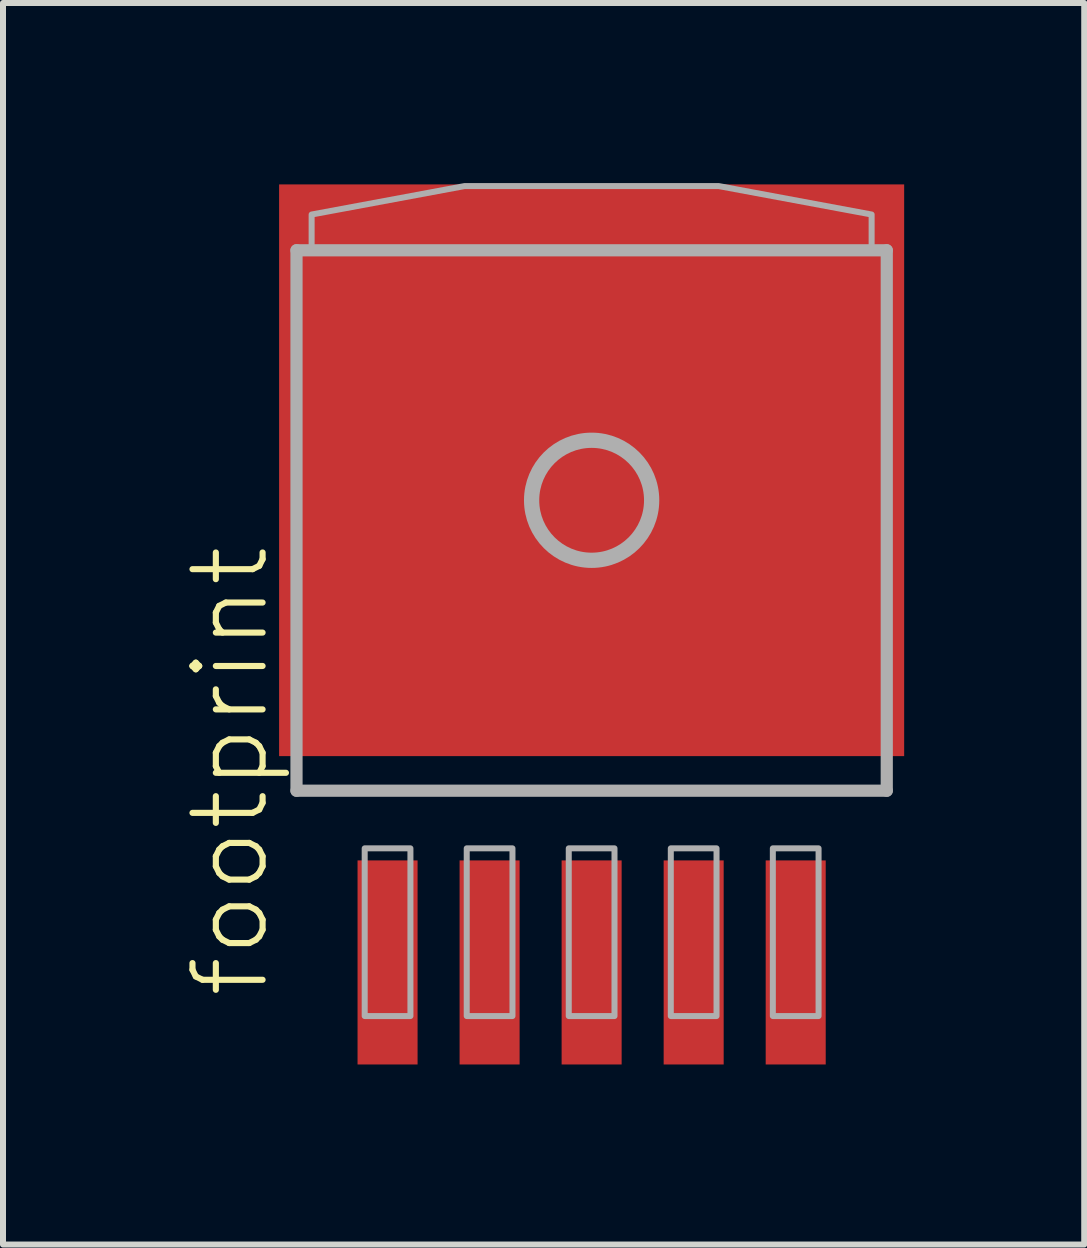
<source format=kicad_pcb>
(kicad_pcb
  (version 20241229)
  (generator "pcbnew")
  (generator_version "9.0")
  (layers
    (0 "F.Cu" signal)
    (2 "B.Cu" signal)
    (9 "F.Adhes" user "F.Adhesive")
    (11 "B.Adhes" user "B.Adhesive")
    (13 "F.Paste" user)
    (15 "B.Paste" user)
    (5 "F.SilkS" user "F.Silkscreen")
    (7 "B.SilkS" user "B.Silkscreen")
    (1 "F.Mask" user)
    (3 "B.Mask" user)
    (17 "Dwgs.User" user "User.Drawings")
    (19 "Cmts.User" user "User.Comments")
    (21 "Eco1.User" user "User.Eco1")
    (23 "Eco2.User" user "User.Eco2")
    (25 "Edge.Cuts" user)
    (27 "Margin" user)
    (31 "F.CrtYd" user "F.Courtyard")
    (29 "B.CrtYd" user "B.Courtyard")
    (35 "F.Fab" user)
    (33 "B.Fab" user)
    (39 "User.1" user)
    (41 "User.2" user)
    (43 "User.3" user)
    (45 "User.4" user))
  (footprint "footprint"
    (layer "F.Cu")
    (at 6.807 5.11)
    (property "Reference" "footprint" (at -5.334 8.509 90) (layer "F.SilkS") (effects (font (size 1.168 1.168) (thickness 0.102)) (justify left bottom)))
    (fp_line (start -4.917 -3.99) (end 4.917 -3.99) (stroke (width 0.203) (type solid)) (layer "F.Fab"))
    (fp_line (start -4.917 5.014) (end -4.917 -3.99) (stroke (width 0.203) (type solid)) (layer "F.Fab"))
    (fp_line (start 4.917 -3.99) (end 4.917 5.014) (stroke (width 0.203) (type solid)) (layer "F.Fab"))
    (fp_line (start 4.917 5.014) (end -4.917 5.014) (stroke (width 0.203) (type solid)) (layer "F.Fab"))
    (fp_circle (center 0 0.175) (end 1 0.175) (stroke (width 0.254) (type solid)) (fill no) (layer "F.Fab"))
    (fp_poly (pts (xy -3.781 8.768) (xy -3.019 8.768) (xy -3.019 5.974) (xy -3.781 5.974)) (stroke (width 0.1) (type solid)) (fill no) (layer "F.Fab"))
    (fp_poly (pts (xy -2.081 8.768) (xy -1.319 8.768) (xy -1.319 5.974) (xy -2.081 5.974)) (stroke (width 0.1) (type solid)) (fill no) (layer "F.Fab"))
    (fp_poly (pts (xy -0.381 8.768) (xy 0.381 8.768) (xy 0.381 5.974) (xy -0.381 5.974)) (stroke (width 0.1) (type solid)) (fill no) (layer "F.Fab"))
    (fp_poly (pts (xy 1.319 8.768) (xy 2.081 8.768) (xy 2.081 5.974) (xy 1.319 5.974)) (stroke (width 0.1) (type solid)) (fill no) (layer "F.Fab"))
    (fp_poly (pts (xy 3.019 8.768) (xy 3.781 8.768) (xy 3.781 5.974) (xy 3.019 5.974)) (stroke (width 0.1) (type solid)) (fill no) (layer "F.Fab"))
    (fp_poly (pts (xy 4.665 -4.586) (xy 4.665 -3.992) (xy -4.665 -3.992) (xy -4.665 -4.586) (xy -2.117 -5.06) (xy 2.117 -5.06)) (stroke (width 0.1) (type solid)) (fill no) (layer "F.Fab"))
    (pad "1" smd rect (at -3.4 7.875) (size 1 3.4) (layers "F.Cu" "F.Mask" "F.Paste"))
    (pad "2" smd rect (at -1.7 7.875) (size 1 3.4) (layers "F.Cu" "F.Mask" "F.Paste"))
    (pad "3" smd rect (at 0 7.875) (size 1 3.4) (layers "F.Cu" "F.Mask" "F.Paste"))
    (pad "4" smd rect (at 1.7 7.875) (size 1 3.4) (layers "F.Cu" "F.Mask" "F.Paste"))
    (pad "5" smd rect (at 3.4 7.875) (size 1 3.4) (layers "F.Cu" "F.Mask" "F.Paste"))
    (pad "6" smd rect (at 0 -0.325) (size 10.414 9.525) (layers "F.Cu" "F.Mask" "F.Paste")))
  (gr_rect
    (start -3 -3)
    (end 15.014 17.685)
    (stroke (width 0.1) (type default))
    (fill no)
    (layer "Edge.Cuts")))
</source>
